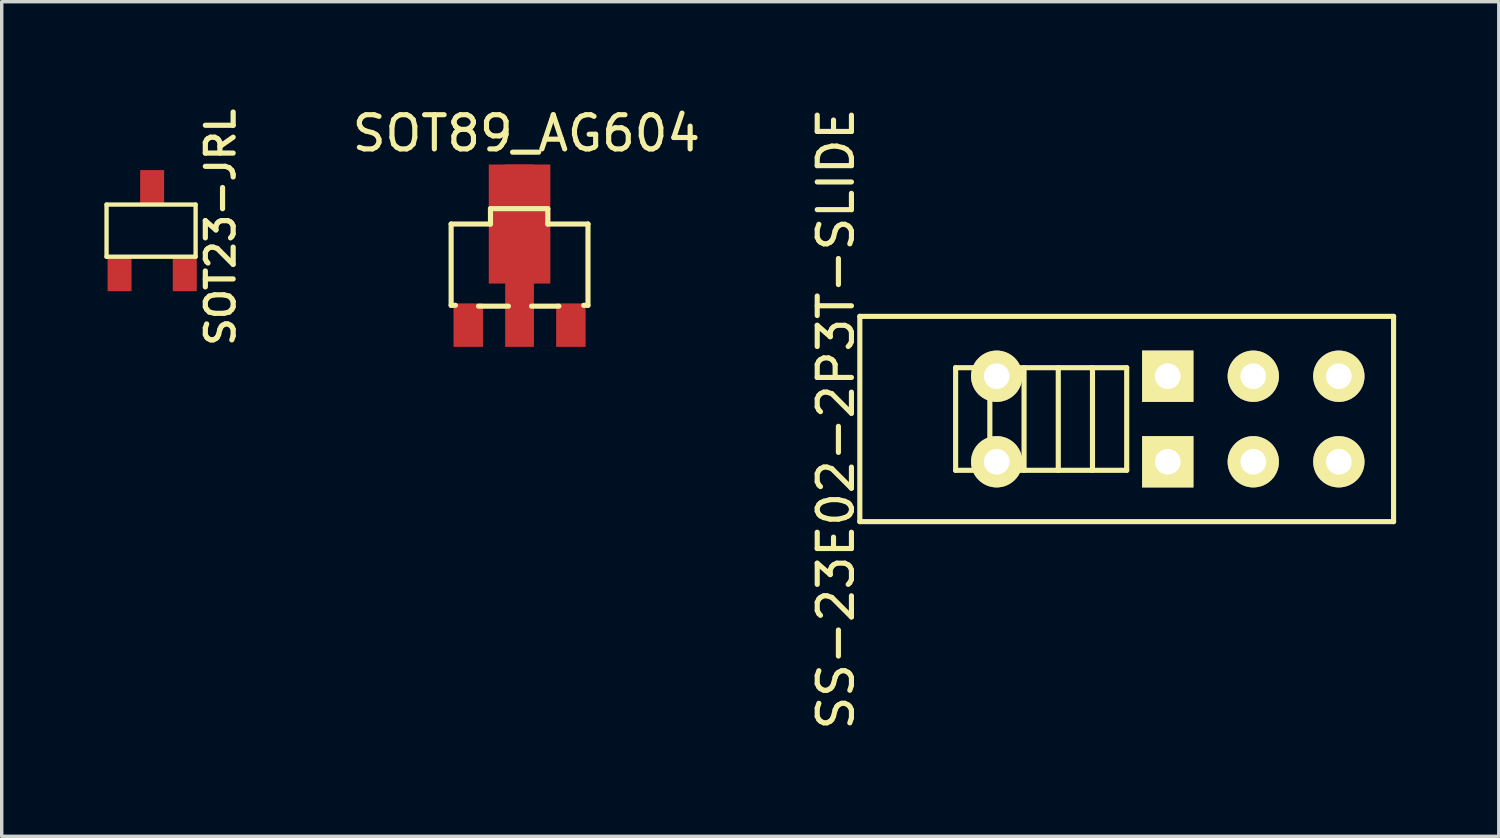
<source format=kicad_pcb>
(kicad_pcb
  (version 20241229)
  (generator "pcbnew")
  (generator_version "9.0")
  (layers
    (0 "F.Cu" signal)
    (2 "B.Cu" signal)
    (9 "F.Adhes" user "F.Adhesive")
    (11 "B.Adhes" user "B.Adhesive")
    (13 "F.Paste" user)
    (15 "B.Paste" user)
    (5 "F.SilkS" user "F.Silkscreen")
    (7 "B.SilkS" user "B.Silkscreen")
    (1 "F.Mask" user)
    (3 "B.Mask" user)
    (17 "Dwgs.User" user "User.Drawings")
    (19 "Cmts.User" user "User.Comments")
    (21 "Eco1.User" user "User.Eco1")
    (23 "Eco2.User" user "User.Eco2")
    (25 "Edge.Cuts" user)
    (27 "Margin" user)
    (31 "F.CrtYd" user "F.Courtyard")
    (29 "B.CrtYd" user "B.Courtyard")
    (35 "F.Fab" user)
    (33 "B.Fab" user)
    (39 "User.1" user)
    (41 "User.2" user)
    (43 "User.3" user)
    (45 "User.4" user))
  (footprint "SOT23-JRL"
    (layer "F.Cu")
    (at 1.397 3.691)
    (property "Reference" "SOT23-JRL" (at 1.999 -0.099 90) (layer "F.SilkS") (effects (font (size 0.813 0.813) (thickness 0.152))))
    (attr through_hole)
    (fp_line (start -1.333 -0.762) (end 1.27 -0.762) (stroke (width 0.127) (type solid)) (layer "F.SilkS"))
    (fp_line (start -1.333 0.762) (end -1.333 -0.762) (stroke (width 0.127) (type solid)) (layer "F.SilkS"))
    (fp_line (start 1.27 -0.762) (end 1.27 0.762) (stroke (width 0.127) (type solid)) (layer "F.SilkS"))
    (fp_line (start 1.27 0.762) (end -1.333 0.762) (stroke (width 0.127) (type solid)) (layer "F.SilkS"))
    (pad "1" smd rect (at 0.953 1.27) (size 0.701 1.001) (layers "F.Cu" "F.Mask" "F.Paste"))
    (pad "2" smd rect (at -0.953 1.27) (size 0.701 1.001) (layers "F.Cu" "F.Mask" "F.Paste"))
    (pad "3" smd rect (at 0 -1.27) (size 0.701 1.001) (layers "F.Cu" "F.Mask" "F.Paste")))
  (footprint "SOT89_AG604"
    (layer "F.Cu")
    (at 12.135 3.498)
    (property "Reference" "SOT89_AG604" (at 0.2 -2.65 0) (layer "F.SilkS") (effects (font (size 1 1) (thickness 0.15))))
    (attr through_hole)
    (fp_line (start -2 0) (end -0.85 0) (stroke (width 0.15) (type solid)) (layer "F.SilkS"))
    (fp_line (start -2 2.375) (end -2 0) (stroke (width 0.15) (type solid)) (layer "F.SilkS"))
    (fp_line (start -1.875 2.375) (end -2 2.375) (stroke (width 0.15) (type solid)) (layer "F.SilkS"))
    (fp_line (start -1.2 2.4) (end -0.325 2.4) (stroke (width 0.15) (type solid)) (layer "F.SilkS"))
    (fp_line (start -0.85 -0.45) (end 0.825 -0.45) (stroke (width 0.15) (type solid)) (layer "F.SilkS"))
    (fp_line (start -0.85 0) (end -0.85 -0.45) (stroke (width 0.15) (type solid)) (layer "F.SilkS"))
    (fp_line (start 0.35 2.4) (end 1.15 2.4) (stroke (width 0.15) (type solid)) (layer "F.SilkS"))
    (fp_line (start 0.825 -0.45) (end 0.825 0) (stroke (width 0.15) (type solid)) (layer "F.SilkS"))
    (fp_line (start 1.875 2.375) (end 2 2.375) (stroke (width 0.15) (type solid)) (layer "F.SilkS"))
    (fp_line (start 2 0) (end 0.825 0) (stroke (width 0.15) (type solid)) (layer "F.SilkS"))
    (fp_line (start 2 2.375) (end 2 0) (stroke (width 0.15) (type solid)) (layer "F.SilkS"))
    (pad "1" smd custom (at -1.5 2.955) (size 0.86 1.27) (layers "F.Cu" "F.Mask" "F.Paste") (options (anchor rect)) (primitives))
    (pad "2" smd rect (at 0 0) (size 1.8 3.48) (layers "F.Cu" "F.Mask" "F.Paste"))
    (pad "2" smd rect (at 0 0.925) (size 0.84 5.33) (layers "F.Cu" "F.Mask" "F.Paste"))
    (pad "3" smd custom (at 1.5 2.955) (size 0.86 1.27) (layers "F.Cu" "F.Mask" "F.Paste") (options (anchor rect)) (primitives)))
  (footprint "SS-23E02-2P3T-SLIDE"
    (layer "F.Cu")
    (at 29.88 9.196)
    (property "Reference" "SS-23E02-2P3T-SLIDE" (at -8.5 0 90) (layer "F.SilkS") (effects (font (size 1 1) (thickness 0.15))))
    (attr through_hole)
    (fp_line (start -7.8 -3) (end -7.8 3) (stroke (width 0.15) (type solid)) (layer "F.SilkS"))
    (fp_line (start -5 -1.5) (end -5 1.5) (stroke (width 0.15) (type solid)) (layer "F.SilkS"))
    (fp_line (start -5 1.5) (end 0 1.5) (stroke (width 0.15) (type solid)) (layer "F.SilkS"))
    (fp_line (start -4 -1.5) (end -4 1.5) (stroke (width 0.15) (type solid)) (layer "F.SilkS"))
    (fp_line (start -3 -1.5) (end -3 1.5) (stroke (width 0.15) (type solid)) (layer "F.SilkS"))
    (fp_line (start -2 -1.5) (end -2 1.5) (stroke (width 0.15) (type solid)) (layer "F.SilkS"))
    (fp_line (start -1 -1.5) (end -1 1.5) (stroke (width 0.15) (type solid)) (layer "F.SilkS"))
    (fp_line (start 0 -1.5) (end -5 -1.5) (stroke (width 0.15) (type solid)) (layer "F.SilkS"))
    (fp_line (start 0 1.5) (end 0 -1.5) (stroke (width 0.15) (type solid)) (layer "F.SilkS"))
    (fp_line (start 7.8 -3) (end -7.8 -3) (stroke (width 0.15) (type solid)) (layer "F.SilkS"))
    (fp_line (start 7.8 -3) (end 7.8 3) (stroke (width 0.15) (type solid)) (layer "F.SilkS"))
    (fp_line (start 7.8 3) (end -7.8 3) (stroke (width 0.15) (type solid)) (layer "F.SilkS"))
    (pad "1" thru_hole circle (at -3.8 1.25) (size 1.5 1.5) (drill 0.75) (layers "*.Cu" "*.Mask" "F.SilkS"))
    (pad "2" thru_hole circle (at -3.8 -1.25) (size 1.5 1.5) (drill 0.75) (layers "*.Cu" "*.Mask" "F.SilkS"))
    (pad "3" thru_hole rect (at 1.2 1.25) (size 1.5 1.5) (drill 0.75) (layers "*.Cu" "*.Mask" "F.SilkS"))
    (pad "4" thru_hole rect (at 1.2 -1.25) (size 1.5 1.5) (drill 0.75) (layers "*.Cu" "*.Mask" "F.SilkS"))
    (pad "5" thru_hole circle (at 3.7 1.25) (size 1.5 1.5) (drill 0.75) (layers "*.Cu" "*.Mask" "F.SilkS"))
    (pad "6" thru_hole circle (at 3.7 -1.25) (size 1.5 1.5) (drill 0.75) (layers "*.Cu" "*.Mask" "F.SilkS"))
    (pad "7" thru_hole circle (at 6.2 1.25) (size 1.5 1.5) (drill 0.75) (layers "*.Cu" "*.Mask" "F.SilkS"))
    (pad "8" thru_hole circle (at 6.2 -1.25) (size 1.5 1.5) (drill 0.75) (layers "*.Cu" "*.Mask" "F.SilkS")))
  (gr_rect
    (start -3 -3)
    (end 40.755 21.393)
    (stroke (width 0.1) (type default))
    (fill no)
    (layer "Edge.Cuts")))
</source>
